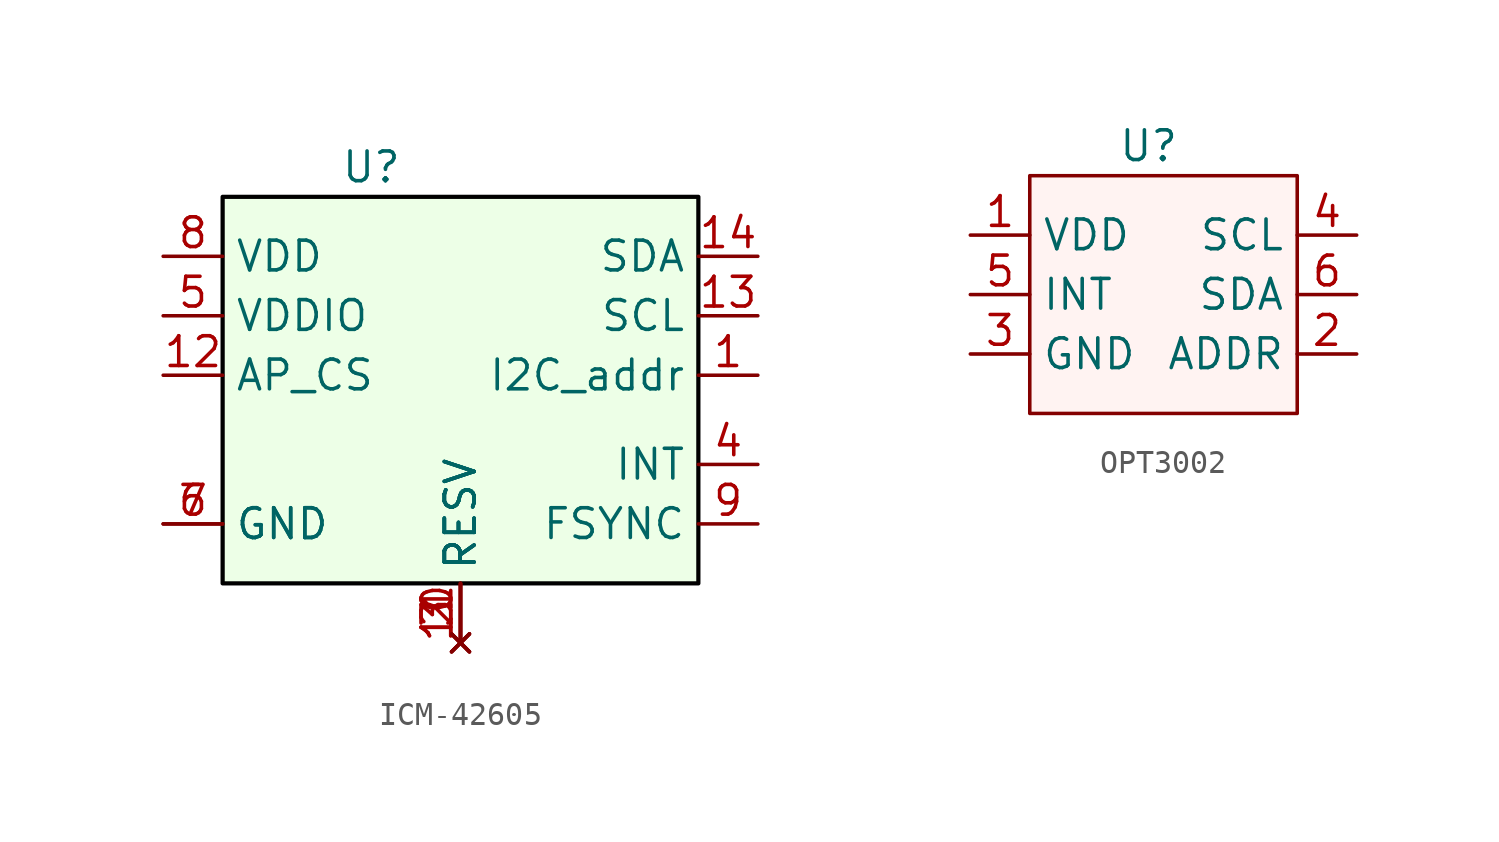
<source format=kicad_sym>
(kicad_symbol_lib
  (version 20220914)
  (generator kicad_symbol_editor)
  (symbol "ICM-42605"
    (property "Reference" "U"
      (at -1.27 8.89 0)
      (effects (font (size 1.27 1.27))))
    (property "Value" ""
      (at 0 0 0)
      (effects (font (size 1.27 1.27))))
    (symbol "ICM-42605_1_1"
      (rectangle (start -7.62 7.62) (end 12.7 -8.89) (stroke (width 0.18) (type default) (color 0 0 0 1)) (fill (type color) (color 213 255 198 0.42)))
      (pin input line (at 15.24 0 180) (length 2.54) (name "I2C_addr" (effects (font (size 1.27 1.27)))) (number "1" (effects (font (size 1.27 1.27)))))
      (pin no_connect line (at 2.54 -11.43 90) (length 2.54) (name "RESV" (effects (font (size 1.27 1.27)))) (number "10" (effects (font (size 1.27 1.27)))))
      (pin no_connect line (at 2.54 -11.43 90) (length 2.54) (name "RESV" (effects (font (size 1.27 1.27)))) (number "11" (effects (font (size 1.27 1.27)))))
      (pin input line (at -10.16 0 0) (length 2.54) (name "AP_CS" (effects (font (size 1.27 1.27)))) (number "12" (effects (font (size 1.27 1.27)))))
      (pin input line (at 15.24 2.54 180) (length 2.54) (name "SCL" (effects (font (size 1.27 1.27)))) (number "13" (effects (font (size 1.27 1.27)))))
      (pin input line (at 15.24 5.08 180) (length 2.54) (name "SDA" (effects (font (size 1.27 1.27)))) (number "14" (effects (font (size 1.27 1.27)))))
      (pin no_connect line (at 2.54 -11.43 90) (length 2.54) (name "RESV" (effects (font (size 1.27 1.27)))) (number "2" (effects (font (size 1.27 1.27)))))
      (pin no_connect line (at 2.54 -11.43 90) (length 2.54) (name "RESV" (effects (font (size 1.27 1.27)))) (number "3" (effects (font (size 1.27 1.27)))))
      (pin input line (at 15.24 -3.81 180) (length 2.54) (name "INT" (effects (font (size 1.27 1.27)))) (number "4" (effects (font (size 1.27 1.27)))))
      (pin input line (at -10.16 2.54 0) (length 2.54) (name "VDDIO" (effects (font (size 1.27 1.27)))) (number "5" (effects (font (size 1.27 1.27)))))
      (pin input line (at -10.16 -6.35 0) (length 2.54) (name "GND" (effects (font (size 1.27 1.27)))) (number "6" (effects (font (size 1.27 1.27)))))
      (pin input line (at -10.16 -6.35 0) (length 2.54) (name "GND" (effects (font (size 1.27 1.27)))) (number "7" (effects (font (size 1.27 1.27)))))
      (pin input line (at -10.16 5.08 0) (length 2.54) (name "VDD" (effects (font (size 1.27 1.27)))) (number "8" (effects (font (size 1.27 1.27)))))
      (pin input line (at 15.24 -6.35 180) (length 2.54) (name "FSYNC" (effects (font (size 1.27 1.27)))) (number "9" (effects (font (size 1.27 1.27)))))))
  (symbol "OPT3002"
    (property "Reference" "U"
      (at 0 6.35 0)
      (effects (font (size 1.27 1.27))))
    (property "Value" ""
      (at 0 0 0)
      (effects (font (size 1.27 1.27))))
    (symbol "OPT3002_1_1"
      (rectangle (start -5.08 5.08) (end 6.35 -5.08) (stroke (width 0) (type default)) (fill (type color) (color 255 139 120 0.1)))
      (pin input line (at -7.62 2.54 0) (length 2.54) (name "VDD" (effects (font (size 1.27 1.27)))) (number "1" (effects (font (size 1.27 1.27)))))
      (pin input line (at 8.89 -2.54 180) (length 2.54) (name "ADDR" (effects (font (size 1.27 1.27)))) (number "2" (effects (font (size 1.27 1.27)))))
      (pin input line (at -7.62 -2.54 0) (length 2.54) (name "GND" (effects (font (size 1.27 1.27)))) (number "3" (effects (font (size 1.27 1.27)))))
      (pin input line (at 8.89 2.54 180) (length 2.54) (name "SCL" (effects (font (size 1.27 1.27)))) (number "4" (effects (font (size 1.27 1.27)))))
      (pin input line (at -7.62 0 0) (length 2.54) (name "INT" (effects (font (size 1.27 1.27)))) (number "5" (effects (font (size 1.27 1.27)))))
      (pin input line (at 8.89 0 180) (length 2.54) (name "SDA" (effects (font (size 1.27 1.27)))) (number "6" (effects (font (size 1.27 1.27))))))))
</source>
